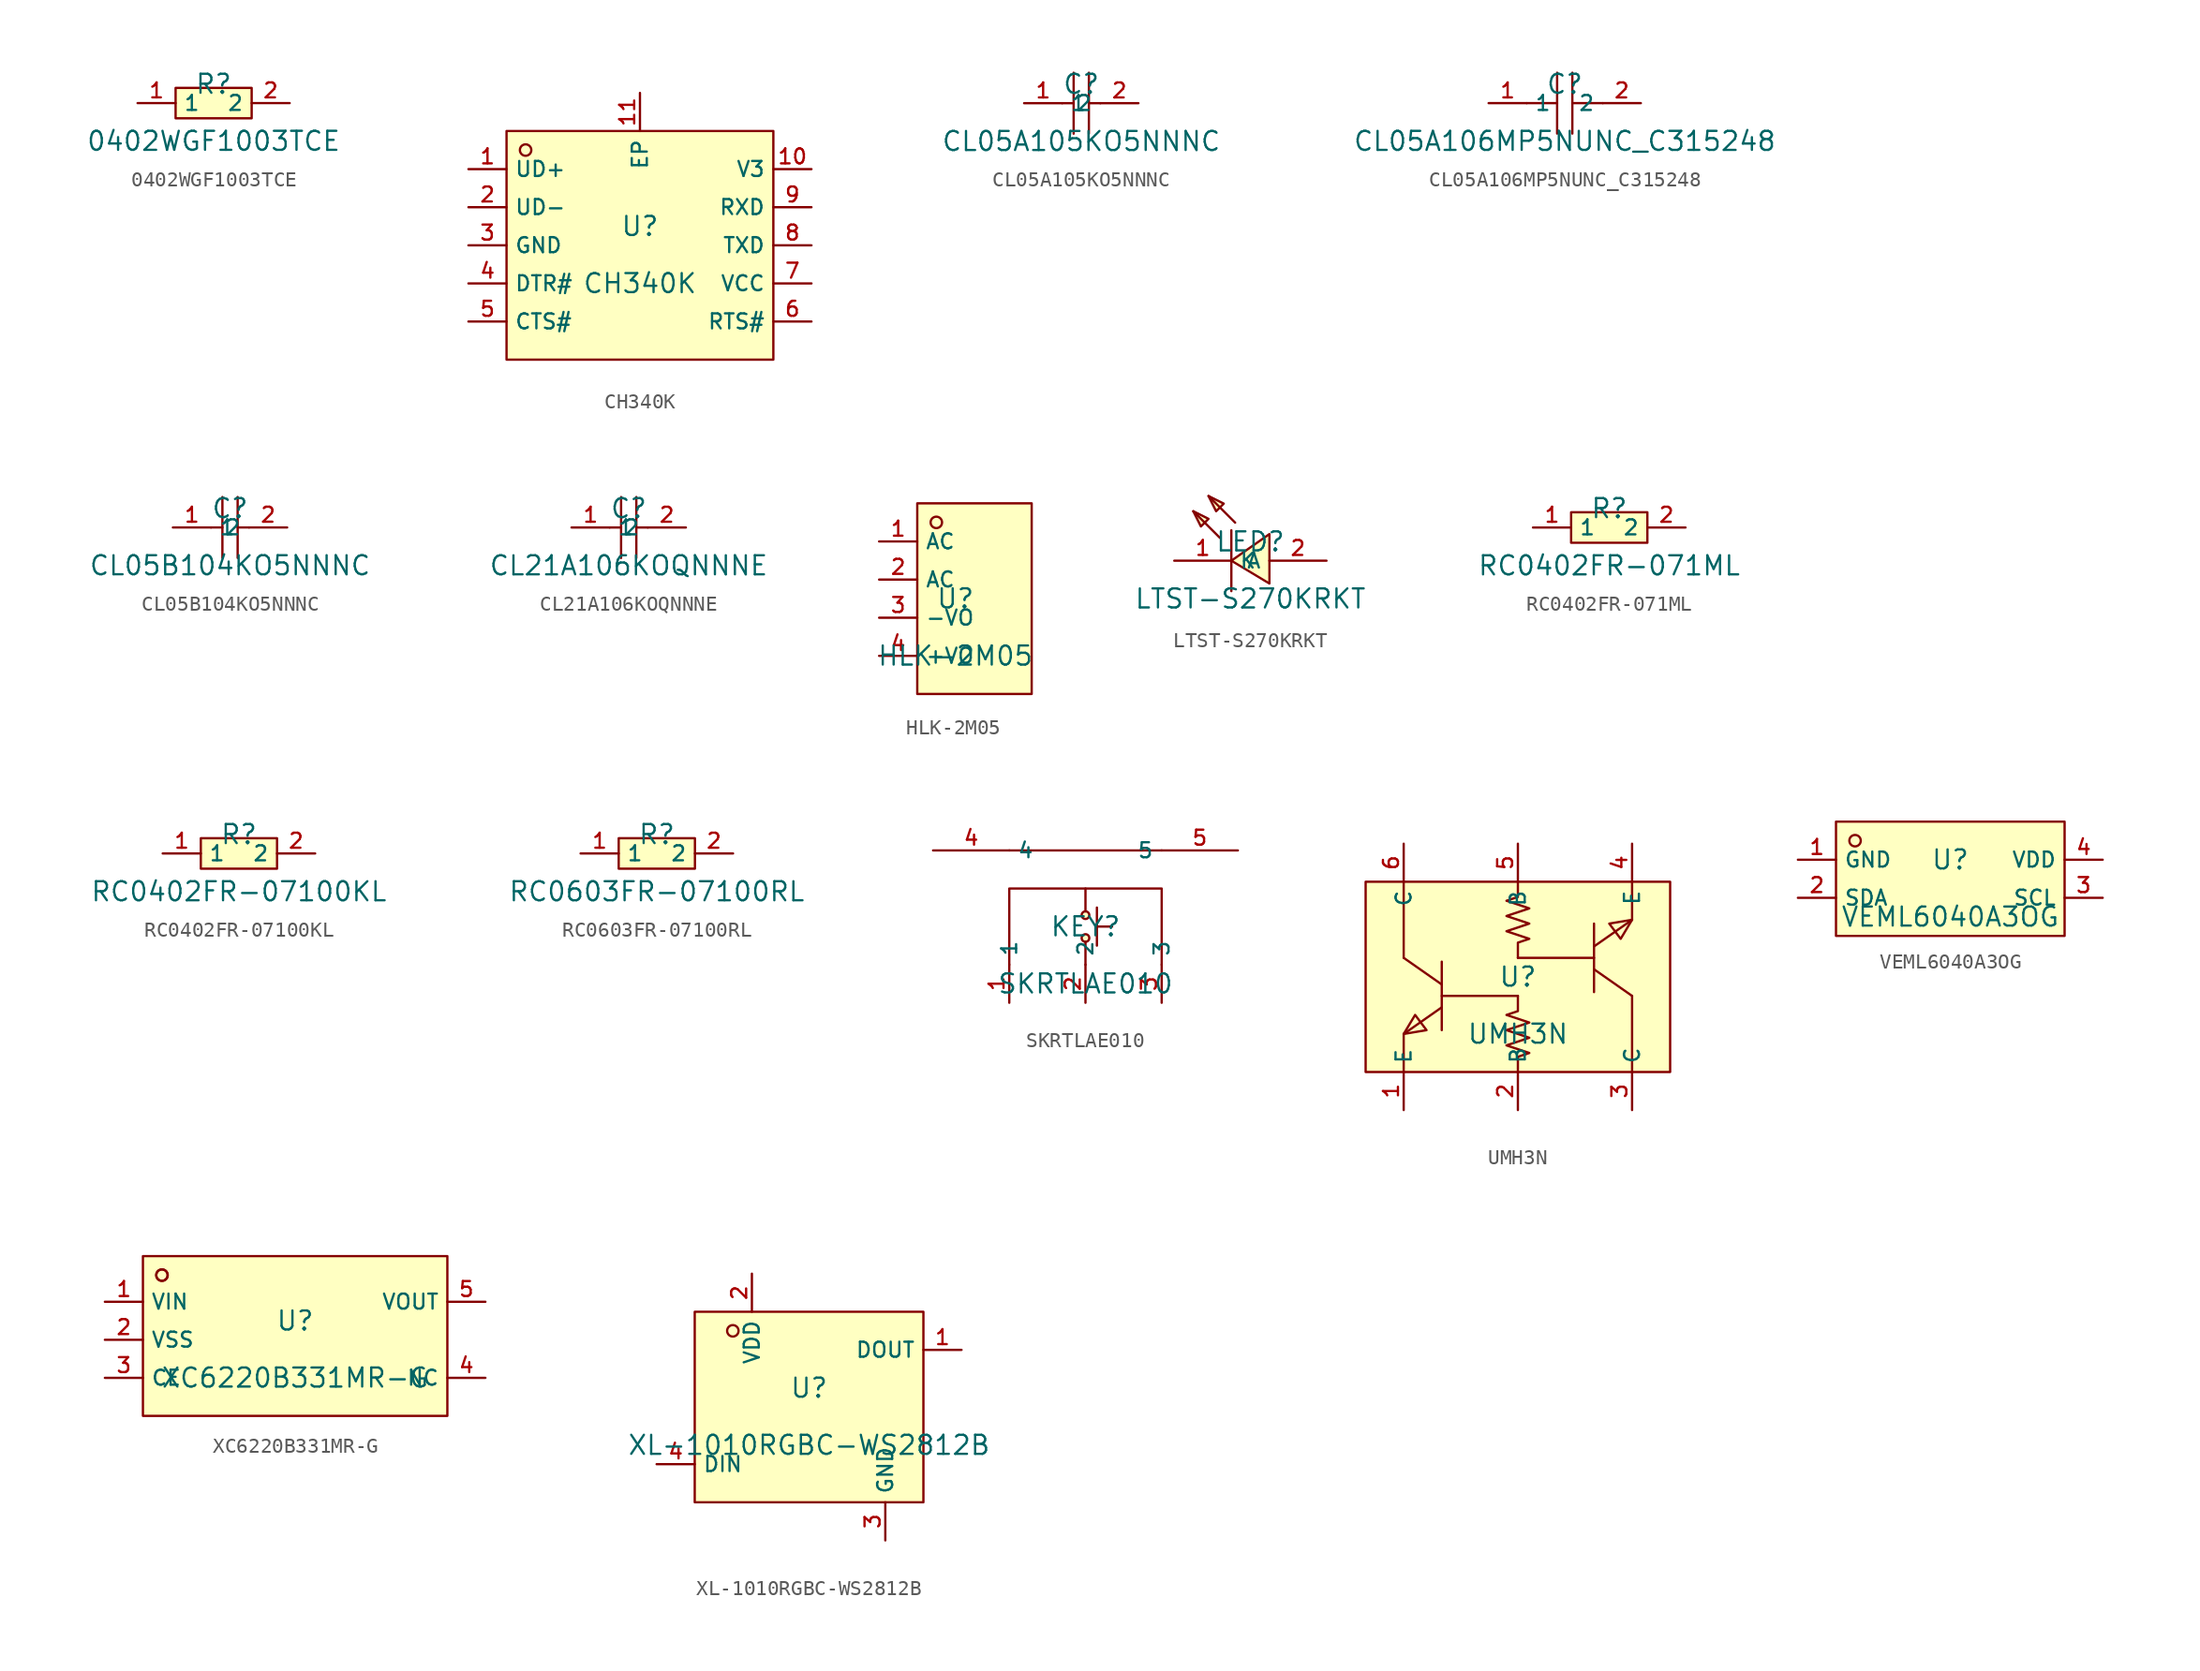
<source format=kicad_sym>
(kicad_symbol_lib
  (version 20231120)
  (generator "kicad_symbol_editor")
  (generator_version "8.0")
  (symbol "0402WGF1003TCE"
    (property "Reference" "R"
      (at 0 1.27 0)
      (effects (font (size 1.27 1.27))))
    (property "Value" "0402WGF1003TCE"
      (at 0 -2.54 0)
      (effects (font (size 1.27 1.27))))
    (symbol "0402WGF1003TCE_0_1"
      (rectangle (start -2.54 1.016) (end 2.54 -1.016) (stroke (width 0) (type default)) (fill (type background)))
      (pin input line (at -5.08 0 0) (length 2.54) (name "1" (effects (font (size 1 1)))) (number "1" (effects (font (size 1 1)))))
      (pin input line (at 5.08 0 180) (length 2.54) (name "2" (effects (font (size 1 1)))) (number "2" (effects (font (size 1 1)))))))
  (symbol "CH340K"
    (property "Reference" "U"
      (at 0 1.27 0)
      (effects (font (size 1.27 1.27))))
    (property "Value" "CH340K"
      (at 0 -2.54 0)
      (effects (font (size 1.27 1.27))))
    (symbol "CH340K_0_1"
      (rectangle (start -8.89 7.62) (end 8.89 -7.62) (stroke (width 0) (type default)) (fill (type background)))
      (circle (center -7.62 6.35) (radius 0.381) (stroke (width 0) (type default)) (fill (type background)))
      (pin unspecified line (at -11.43 5.08 0) (length 2.54) (name "UD+" (effects (font (size 1 1)))) (number "1" (effects (font (size 1 1)))))
      (pin unspecified line (at 11.43 5.08 180) (length 2.54) (name "V3" (effects (font (size 1 1)))) (number "10" (effects (font (size 1 1)))))
      (pin unspecified line (at 0 10.16 270) (length 2.54) (name "EP" (effects (font (size 1 1)))) (number "11" (effects (font (size 1 1)))))
      (pin unspecified line (at -11.43 2.54 0) (length 2.54) (name "UD-" (effects (font (size 1 1)))) (number "2" (effects (font (size 1 1)))))
      (pin unspecified line (at -11.43 0 0) (length 2.54) (name "GND" (effects (font (size 1 1)))) (number "3" (effects (font (size 1 1)))))
      (pin unspecified line (at -11.43 -2.54 0) (length 2.54) (name "DTR#" (effects (font (size 1 1)))) (number "4" (effects (font (size 1 1)))))
      (pin unspecified line (at -11.43 -5.08 0) (length 2.54) (name "CTS#" (effects (font (size 1 1)))) (number "5" (effects (font (size 1 1)))))
      (pin unspecified line (at 11.43 -5.08 180) (length 2.54) (name "RTS#" (effects (font (size 1 1)))) (number "6" (effects (font (size 1 1)))))
      (pin unspecified line (at 11.43 -2.54 180) (length 2.54) (name "VCC" (effects (font (size 1 1)))) (number "7" (effects (font (size 1 1)))))
      (pin unspecified line (at 11.43 0 180) (length 2.54) (name "TXD" (effects (font (size 1 1)))) (number "8" (effects (font (size 1 1)))))
      (pin unspecified line (at 11.43 2.54 180) (length 2.54) (name "RXD" (effects (font (size 1 1)))) (number "9" (effects (font (size 1 1)))))))
  (symbol "CL05A105KO5NNNC"
    (property "Reference" "C"
      (at 0 1.27 0)
      (effects (font (size 1.27 1.27))))
    (property "Value" "CL05A105KO5NNNC"
      (at 0 -2.54 0)
      (effects (font (size 1.27 1.27))))
    (symbol "CL05A105KO5NNNC_0_1"
      (polyline (pts (xy -1.27 0) (xy -0.508 0)) (stroke (width 0) (type default)) (fill (type none)))
      (polyline (pts (xy -0.508 2.032) (xy -0.508 -2.032)) (stroke (width 0) (type default)) (fill (type none)))
      (polyline (pts (xy 0.508 0) (xy 1.27 0)) (stroke (width 0) (type default)) (fill (type none)))
      (polyline (pts (xy 0.508 2.032) (xy 0.508 -2.032)) (stroke (width 0) (type default)) (fill (type none)))
      (pin input line (at -3.81 0 0) (length 2.54) (name "1" (effects (font (size 1 1)))) (number "1" (effects (font (size 1 1)))))
      (pin input line (at 3.81 0 180) (length 2.54) (name "2" (effects (font (size 1 1)))) (number "2" (effects (font (size 1 1)))))))
  (symbol "CL05A106MP5NUNC_C315248"
    (property "Reference" "C"
      (at 0 1.27 0)
      (effects (font (size 1.27 1.27))))
    (property "Value" "CL05A106MP5NUNC_C315248"
      (at 0 -2.54 0)
      (effects (font (size 1.27 1.27))))
    (symbol "CL05A106MP5NUNC_C315248_0_1"
      (polyline (pts (xy -0.508 -2.032) (xy -0.508 2.032)) (stroke (width 0) (type default)) (fill (type none)))
      (polyline (pts (xy -0.508 0) (xy -2.54 0)) (stroke (width 0) (type default)) (fill (type none)))
      (polyline (pts (xy 0.508 2.032) (xy 0.508 -2.032)) (stroke (width 0) (type default)) (fill (type none)))
      (polyline (pts (xy 2.54 0) (xy 0.508 0)) (stroke (width 0) (type default)) (fill (type none)))
      (pin unspecified line (at -5.08 0 0) (length 2.54) (name "1" (effects (font (size 1 1)))) (number "1" (effects (font (size 1 1)))))
      (pin unspecified line (at 5.08 0 180) (length 2.54) (name "2" (effects (font (size 1 1)))) (number "2" (effects (font (size 1 1)))))))
  (symbol "CL05B104KO5NNNC"
    (property "Reference" "C"
      (at 0 1.27 0)
      (effects (font (size 1.27 1.27))))
    (property "Value" "CL05B104KO5NNNC"
      (at 0 -2.54 0)
      (effects (font (size 1.27 1.27))))
    (symbol "CL05B104KO5NNNC_0_1"
      (polyline (pts (xy -1.27 0) (xy -0.508 0)) (stroke (width 0) (type default)) (fill (type none)))
      (polyline (pts (xy -0.508 2.032) (xy -0.508 -2.032)) (stroke (width 0) (type default)) (fill (type none)))
      (polyline (pts (xy 0.508 0) (xy 1.27 0)) (stroke (width 0) (type default)) (fill (type none)))
      (polyline (pts (xy 0.508 2.032) (xy 0.508 -2.032)) (stroke (width 0) (type default)) (fill (type none)))
      (pin input line (at -3.81 0 0) (length 2.54) (name "1" (effects (font (size 1 1)))) (number "1" (effects (font (size 1 1)))))
      (pin input line (at 3.81 0 180) (length 2.54) (name "2" (effects (font (size 1 1)))) (number "2" (effects (font (size 1 1)))))))
  (symbol "CL21A106KOQNNNE"
    (property "Reference" "C"
      (at 0 1.27 0)
      (effects (font (size 1.27 1.27))))
    (property "Value" "CL21A106KOQNNNE"
      (at 0 -2.54 0)
      (effects (font (size 1.27 1.27))))
    (symbol "CL21A106KOQNNNE_0_1"
      (polyline (pts (xy -1.27 0) (xy -0.508 0)) (stroke (width 0) (type default)) (fill (type none)))
      (polyline (pts (xy -0.508 2.032) (xy -0.508 -2.032)) (stroke (width 0) (type default)) (fill (type none)))
      (polyline (pts (xy 0.508 0) (xy 1.27 0)) (stroke (width 0) (type default)) (fill (type none)))
      (polyline (pts (xy 0.508 2.032) (xy 0.508 -2.032)) (stroke (width 0) (type default)) (fill (type none)))
      (pin input line (at -3.81 0 0) (length 2.54) (name "1" (effects (font (size 1 1)))) (number "1" (effects (font (size 1 1)))))
      (pin input line (at 3.81 0 180) (length 2.54) (name "2" (effects (font (size 1 1)))) (number "2" (effects (font (size 1 1)))))))
  (symbol "HLK-2M05"
    (property "Reference" "U"
      (at 0 1.27 0)
      (effects (font (size 1.27 1.27))))
    (property "Value" "HLK-2M05"
      (at 0 -2.54 0)
      (effects (font (size 1.27 1.27))))
    (symbol "HLK-2M05_0_1"
      (rectangle (start -2.54 7.62) (end 5.08 -5.08) (stroke (width 0) (type default)) (fill (type background)))
      (circle (center -1.27 6.35) (radius 0.381) (stroke (width 0) (type default)) (fill (type background)))
      (pin unspecified line (at -5.08 5.08 0) (length 2.54) (name "AC" (effects (font (size 1 1)))) (number "1" (effects (font (size 1 1)))))
      (pin unspecified line (at -5.08 2.54 0) (length 2.54) (name "AC" (effects (font (size 1 1)))) (number "2" (effects (font (size 1 1)))))
      (pin unspecified line (at -5.08 0 0) (length 2.54) (name "-VO" (effects (font (size 1 1)))) (number "3" (effects (font (size 1 1)))))
      (pin unspecified line (at -5.08 -2.54 0) (length 2.54) (name "+VO" (effects (font (size 1 1)))) (number "4" (effects (font (size 1 1)))))))
  (symbol "LTST-S270KRKT"
    (property "Reference" "LED"
      (at 0 1.27 0)
      (effects (font (size 1.27 1.27))))
    (property "Value" "LTST-S270KRKT"
      (at 0 -2.54 0)
      (effects (font (size 1.27 1.27))))
    (symbol "LTST-S270KRKT_0_1"
      (polyline (pts (xy -2.032 1.524) (xy -3.81 3.302)) (stroke (width 0) (type default)) (fill (type none)))
      (polyline (pts (xy -1.27 2.032) (xy -1.27 -2.032)) (stroke (width 0) (type default)) (fill (type none)))
      (polyline (pts (xy -1.016 2.54) (xy -2.794 4.318)) (stroke (width 0) (type default)) (fill (type none)))
      (polyline (pts (xy -3.81 3.302) (xy -2.794 2.794) (xy -3.302 2.286) (xy -3.81 3.302)) (stroke (width 0) (type default)) (fill (type background)))
      (polyline (pts (xy -2.794 4.318) (xy -1.778 3.81) (xy -2.286 3.302) (xy -2.794 4.318)) (stroke (width 0) (type default)) (fill (type background)))
      (polyline (pts (xy 1.27 -1.524) (xy -1.27 0) (xy 1.27 1.778) (xy 1.27 -1.524)) (stroke (width 0) (type default)) (fill (type background)))
      (pin unspecified line (at -5.08 0 0) (length 3.81) (name "K" (effects (font (size 1 1)))) (number "1" (effects (font (size 1 1)))))
      (pin unspecified line (at 5.08 0 180) (length 3.81) (name "A" (effects (font (size 1 1)))) (number "2" (effects (font (size 1 1)))))))
  (symbol "RC0402FR-071ML"
    (property "Reference" "R"
      (at 0 1.27 0)
      (effects (font (size 1.27 1.27))))
    (property "Value" "RC0402FR-071ML"
      (at 0 -2.54 0)
      (effects (font (size 1.27 1.27))))
    (symbol "RC0402FR-071ML_0_1"
      (rectangle (start -2.54 1.016) (end 2.54 -1.016) (stroke (width 0) (type default)) (fill (type background)))
      (pin input line (at -5.08 0 0) (length 2.54) (name "1" (effects (font (size 1 1)))) (number "1" (effects (font (size 1 1)))))
      (pin input line (at 5.08 0 180) (length 2.54) (name "2" (effects (font (size 1 1)))) (number "2" (effects (font (size 1 1)))))))
  (symbol "RC0402FR-07100KL"
    (property "Reference" "R"
      (at 0 1.27 0)
      (effects (font (size 1.27 1.27))))
    (property "Value" "RC0402FR-07100KL"
      (at 0 -2.54 0)
      (effects (font (size 1.27 1.27))))
    (symbol "RC0402FR-07100KL_0_1"
      (rectangle (start -2.54 1.016) (end 2.54 -1.016) (stroke (width 0) (type default)) (fill (type background)))
      (pin input line (at -5.08 0 0) (length 2.54) (name "1" (effects (font (size 1 1)))) (number "1" (effects (font (size 1 1)))))
      (pin input line (at 5.08 0 180) (length 2.54) (name "2" (effects (font (size 1 1)))) (number "2" (effects (font (size 1 1)))))))
  (symbol "RC0603FR-07100RL"
    (property "Reference" "R"
      (at 0 1.27 0)
      (effects (font (size 1.27 1.27))))
    (property "Value" "RC0603FR-07100RL"
      (at 0 -2.54 0)
      (effects (font (size 1.27 1.27))))
    (symbol "RC0603FR-07100RL_0_1"
      (rectangle (start -2.54 1.016) (end 2.54 -1.016) (stroke (width 0) (type default)) (fill (type background)))
      (pin input line (at -5.08 0 0) (length 2.54) (name "1" (effects (font (size 1 1)))) (number "1" (effects (font (size 1 1)))))
      (pin input line (at 5.08 0 180) (length 2.54) (name "2" (effects (font (size 1 1)))) (number "2" (effects (font (size 1 1)))))))
  (symbol "SKRTLAE010"
    (property "Reference" "KEY"
      (at 0 1.27 0)
      (effects (font (size 1.27 1.27))))
    (property "Value" "SKRTLAE010"
      (at 0 -2.54 0)
      (effects (font (size 1.27 1.27))))
    (symbol "SKRTLAE010_0_1"
      (polyline (pts (xy -5.08 6.35) (xy 5.08 6.35)) (stroke (width 0) (type default)) (fill (type none)))
      (polyline (pts (xy 0 0.254) (xy 0 -1.27)) (stroke (width 0) (type default)) (fill (type none)))
      (polyline (pts (xy 0 2.286) (xy 0 3.81)) (stroke (width 0) (type default)) (fill (type none)))
      (polyline (pts (xy 0.762 1.27) (xy 1.778 1.27)) (stroke (width 0) (type default)) (fill (type none)))
      (polyline (pts (xy 0.762 2.54) (xy 0.762 0)) (stroke (width 0) (type default)) (fill (type none)))
      (polyline (pts (xy -5.08 -1.27) (xy -5.08 3.81) (xy 5.08 3.81) (xy 5.08 -1.27)) (stroke (width 0) (type default)) (fill (type none)))
      (circle (center 0 0.508) (radius 0.254) (stroke (width 0) (type default)) (fill (type background)))
      (circle (center 0 2.032) (radius 0.254) (stroke (width 0) (type default)) (fill (type background)))
      (pin input line (at -5.08 -3.81 90) (length 2.54) (name "1" (effects (font (size 1 1)))) (number "1" (effects (font (size 1 1)))))
      (pin input line (at 0 -3.81 90) (length 2.54) (name "2" (effects (font (size 1 1)))) (number "2" (effects (font (size 1 1)))))
      (pin input line (at 5.08 -3.81 90) (length 2.54) (name "3" (effects (font (size 1 1)))) (number "3" (effects (font (size 1 1)))))
      (pin unspecified line (at -10.16 6.35 0) (length 5.08) (name "4" (effects (font (size 1 1)))) (number "4" (effects (font (size 1 1)))))
      (pin unspecified line (at 10.16 6.35 180) (length 5.08) (name "5" (effects (font (size 1 1)))) (number "5" (effects (font (size 1 1)))))))
  (symbol "UMH3N"
    (property "Reference" "U"
      (at 0 1.27 0)
      (effects (font (size 1.27 1.27))))
    (property "Value" "UMH3N"
      (at 0 -2.54 0)
      (effects (font (size 1.27 1.27))))
    (symbol "UMH3N_0_1"
      (rectangle (start -10.16 7.62) (end 10.16 -5.08) (stroke (width 0) (type default)) (fill (type background)))
      (polyline (pts (xy -7.62 -2.54) (xy -7.62 -5.08)) (stroke (width 0) (type default)) (fill (type none)))
      (polyline (pts (xy -7.62 2.54) (xy -5.08 0.762)) (stroke (width 0) (type default)) (fill (type none)))
      (polyline (pts (xy -7.62 7.62) (xy -7.62 2.54)) (stroke (width 0) (type default)) (fill (type none)))
      (polyline (pts (xy -5.08 -0.762) (xy -7.62 -2.54)) (stroke (width 0) (type default)) (fill (type none)))
      (polyline (pts (xy -5.08 0) (xy 0 0)) (stroke (width 0) (type default)) (fill (type none)))
      (polyline (pts (xy -5.08 2.286) (xy -5.08 -2.286)) (stroke (width 0) (type default)) (fill (type none)))
      (polyline (pts (xy 0 2.54) (xy 5.08 2.54)) (stroke (width 0) (type default)) (fill (type none)))
      (polyline (pts (xy 5.08 0.254) (xy 5.08 4.826)) (stroke (width 0) (type default)) (fill (type none)))
      (polyline (pts (xy 5.08 3.302) (xy 7.62 5.08)) (stroke (width 0) (type default)) (fill (type none)))
      (polyline (pts (xy 7.62 0) (xy 5.08 1.778)) (stroke (width 0) (type default)) (fill (type none)))
      (polyline (pts (xy 7.62 0) (xy 7.62 -5.08)) (stroke (width 0) (type default)) (fill (type none)))
      (polyline (pts (xy 7.62 7.62) (xy 7.62 5.08)) (stroke (width 0) (type default)) (fill (type none)))
      (polyline (pts (xy -7.62 -2.54) (xy -6.858 -1.27) (xy -6.096 -2.286) (xy -7.62 -2.54)) (stroke (width 0) (type default)) (fill (type background)))
      (polyline (pts (xy 7.62 5.08) (xy 6.858 3.81) (xy 6.096 4.826) (xy 7.62 5.08)) (stroke (width 0) (type default)) (fill (type background)))
      (polyline (pts (xy 0 0) (xy 0 -1.016) (xy -0.762 -1.27) (xy 0.762 -1.778) (xy -0.762 -2.286) (xy 0.762 -2.794) (xy -0.762 -3.302) (xy 0.762 -3.81) (xy 0 -4.064) (xy 0 -5.08)) (stroke (width 0) (type default)) (fill (type none)))
      (polyline (pts (xy 0 2.54) (xy 0 3.556) (xy 0.762 3.81) (xy -0.762 4.318) (xy 0.762 4.826) (xy -0.762 5.334) (xy 0.762 5.842) (xy -0.762 6.35) (xy 0 6.604) (xy 0 7.62)) (stroke (width 0) (type default)) (fill (type none)))
      (pin unspecified line (at -7.62 -7.62 90) (length 2.54) (name "E" (effects (font (size 1 1)))) (number "1" (effects (font (size 1 1)))))
      (pin unspecified line (at 0 -7.62 90) (length 2.54) (name "B" (effects (font (size 1 1)))) (number "2" (effects (font (size 1 1)))))
      (pin unspecified line (at 7.62 -7.62 90) (length 2.54) (name "C" (effects (font (size 1 1)))) (number "3" (effects (font (size 1 1)))))
      (pin unspecified line (at 7.62 10.16 270) (length 2.54) (name "E" (effects (font (size 1 1)))) (number "4" (effects (font (size 1 1)))))
      (pin unspecified line (at 0 10.16 270) (length 2.54) (name "B" (effects (font (size 1 1)))) (number "5" (effects (font (size 1 1)))))
      (pin unspecified line (at -7.62 10.16 270) (length 2.54) (name "C" (effects (font (size 1 1)))) (number "6" (effects (font (size 1 1)))))))
  (symbol "VEML6040A3OG"
    (property "Reference" "U"
      (at 0 1.27 0)
      (effects (font (size 1.27 1.27))))
    (property "Value" "VEML6040A3OG"
      (at 0 -2.54 0)
      (effects (font (size 1.27 1.27))))
    (symbol "VEML6040A3OG_0_1"
      (rectangle (start -7.62 3.81) (end 7.62 -3.81) (stroke (width 0) (type default) (color 0 0 0 0)) (fill (type background)))
      (circle (center -6.35 2.54) (radius 0.381) (stroke (width 0) (type default) (color 0 0 0 0)) (fill (type background)))
      (pin unspecified line (at -10.16 1.27 0) (length 2.54) (name "GND" (effects (font (size 1 1)))) (number "1" (effects (font (size 1 1)))))
      (pin unspecified line (at -10.16 -1.27 0) (length 2.54) (name "SDA" (effects (font (size 1 1)))) (number "2" (effects (font (size 1 1)))))
      (pin unspecified line (at 10.16 -1.27 180) (length 2.54) (name "SCL" (effects (font (size 1 1)))) (number "3" (effects (font (size 1 1)))))
      (pin unspecified line (at 10.16 1.27 180) (length 2.54) (name "VDD" (effects (font (size 1 1)))) (number "4" (effects (font (size 1 1)))))))
  (symbol "XC6220B331MR-G"
    (property "Reference" "U"
      (at 0 1.27 0)
      (effects (font (size 1.27 1.27))))
    (property "Value" "XC6220B331MR-G"
      (at 0 -2.54 0)
      (effects (font (size 1.27 1.27))))
    (symbol "XC6220B331MR-G_0_1"
      (rectangle (start -10.16 5.588) (end 10.16 -5.08) (stroke (width 0) (type default)) (fill (type background)))
      (circle (center -8.89 4.318) (radius 0.381) (stroke (width 0) (type default)) (fill (type background)))
      (circle (center -8.89 4.318) (radius 0.381) (stroke (width 0) (type default)) (fill (type background)))
      (pin unspecified line (at -12.7 2.54 0) (length 2.54) (name "VIN" (effects (font (size 1 1)))) (number "1" (effects (font (size 1 1)))))
      (pin unspecified line (at -12.7 0 0) (length 2.54) (name "VSS" (effects (font (size 1 1)))) (number "2" (effects (font (size 1 1)))))
      (pin unspecified line (at -12.7 -2.54 0) (length 2.54) (name "CE" (effects (font (size 1 1)))) (number "3" (effects (font (size 1 1)))))
      (pin unspecified line (at 12.7 -2.54 180) (length 2.54) (name "NC" (effects (font (size 1 1)))) (number "4" (effects (font (size 1 1)))))
      (pin unspecified line (at 12.7 2.54 180) (length 2.54) (name "VOUT" (effects (font (size 1 1)))) (number "5" (effects (font (size 1 1)))))))
  (symbol "XL-1010RGBC-WS2812B"
    (property "Reference" "U"
      (at 0 1.27 0)
      (effects (font (size 1.27 1.27))))
    (property "Value" "XL-1010RGBC-WS2812B"
      (at 0 -2.54 0)
      (effects (font (size 1.27 1.27))))
    (symbol "XL-1010RGBC-WS2812B_0_1"
      (rectangle (start -7.62 6.35) (end 7.62 -6.35) (stroke (width 0) (type default)) (fill (type background)))
      (circle (center -5.08 5.08) (radius 0.381) (stroke (width 0) (type default)) (fill (type background)))
      (pin unspecified line (at 10.16 3.81 180) (length 2.54) (name "DOUT" (effects (font (size 1 1)))) (number "1" (effects (font (size 1 1)))))
      (pin unspecified line (at -3.81 8.89 270) (length 2.54) (name "VDD" (effects (font (size 1 1)))) (number "2" (effects (font (size 1 1)))))
      (pin unspecified line (at 5.08 -8.89 90) (length 2.54) (name "GND" (effects (font (size 1 1)))) (number "3" (effects (font (size 1 1)))))
      (pin unspecified line (at -10.16 -3.81 0) (length 2.54) (name "DIN" (effects (font (size 1 1)))) (number "4" (effects (font (size 1 1))))))))
</source>
